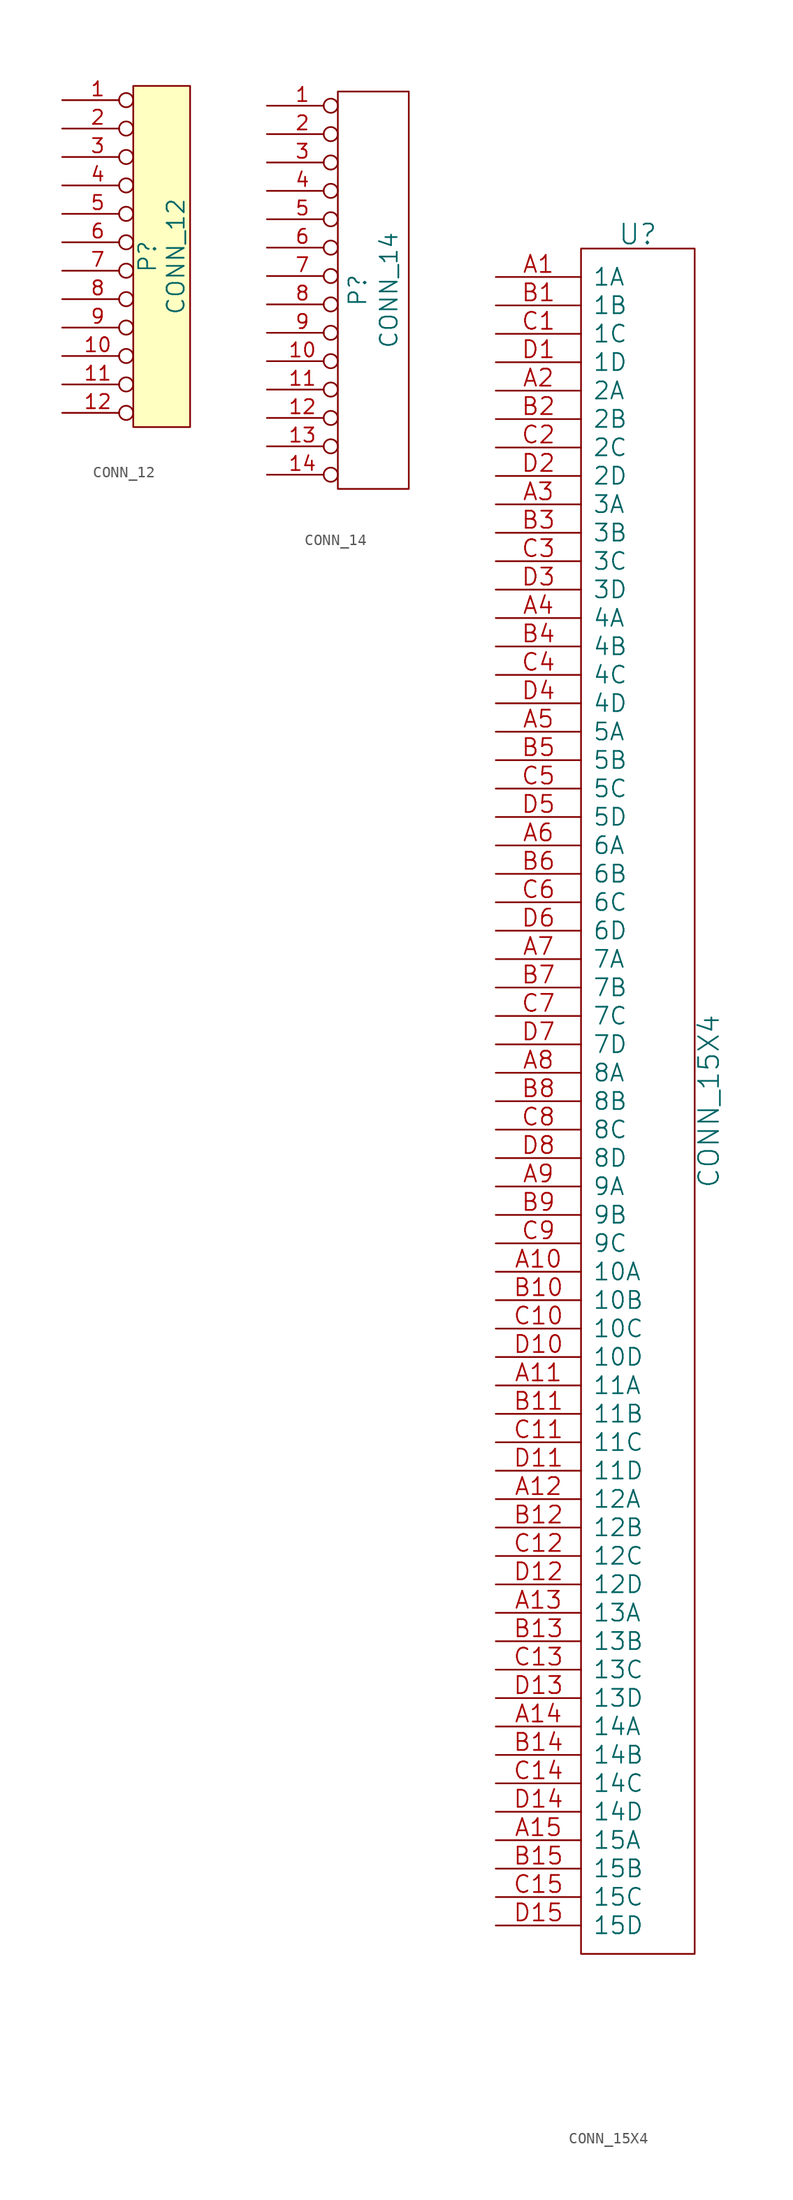
<source format=kicad_sym>
(kicad_symbol_lib
  (version 20220914)
  (generator kicad_symbol_editor)
  (symbol "CONN_12"
    (pin_names
      (offset 1.016) hide)
    (property "Reference" "P"
      (at -1.27 0 90)
      (effects (font (size 1.524 1.524))))
    (property "Value" "CONN_12"
      (at 1.27 0 90)
      (effects (font (size 1.524 1.524))))
    (property "Footprint" ""
      (at 0 0 0)
      (effects (font (size 1.524 1.524))))
    (property "Datasheet" ""
      (at 0 0 0)
      (effects (font (size 1.524 1.524))))
    (symbol "CONN_12_0_1"
      (rectangle (start -2.54 15.24) (end 2.54 -15.24) (stroke (width 0) (type default)) (fill (type background))))
    (symbol "CONN_12_1_1"
      (pin passive inverted (at -8.89 13.97 0) (length 6.35) (name "P1" (effects (font (size 1.27 1.27)))) (number "1" (effects (font (size 1.27 1.27)))))
      (pin passive inverted (at -8.89 -8.89 0) (length 6.35) (name "P10" (effects (font (size 1.27 1.27)))) (number "10" (effects (font (size 1.27 1.27)))))
      (pin passive inverted (at -8.89 -11.43 0) (length 6.35) (name "P11" (effects (font (size 1.27 1.27)))) (number "11" (effects (font (size 1.27 1.27)))))
      (pin passive inverted (at -8.89 -13.97 0) (length 6.35) (name "P12" (effects (font (size 1.27 1.27)))) (number "12" (effects (font (size 1.27 1.27)))))
      (pin passive inverted (at -8.89 11.43 0) (length 6.35) (name "P2" (effects (font (size 1.27 1.27)))) (number "2" (effects (font (size 1.27 1.27)))))
      (pin passive inverted (at -8.89 8.89 0) (length 6.35) (name "P3" (effects (font (size 1.27 1.27)))) (number "3" (effects (font (size 1.27 1.27)))))
      (pin passive inverted (at -8.89 6.35 0) (length 6.35) (name "P4" (effects (font (size 1.27 1.27)))) (number "4" (effects (font (size 1.27 1.27)))))
      (pin passive inverted (at -8.89 3.81 0) (length 6.35) (name "P5" (effects (font (size 1.27 1.27)))) (number "5" (effects (font (size 1.27 1.27)))))
      (pin passive inverted (at -8.89 1.27 0) (length 6.35) (name "P6" (effects (font (size 1.27 1.27)))) (number "6" (effects (font (size 1.27 1.27)))))
      (pin passive inverted (at -8.89 -1.27 0) (length 6.35) (name "P7" (effects (font (size 1.27 1.27)))) (number "7" (effects (font (size 1.27 1.27)))))
      (pin passive inverted (at -8.89 -3.81 0) (length 6.35) (name "P8" (effects (font (size 1.27 1.27)))) (number "8" (effects (font (size 1.27 1.27)))))
      (pin passive inverted (at -8.89 -6.35 0) (length 6.35) (name "P9" (effects (font (size 1.27 1.27)))) (number "9" (effects (font (size 1.27 1.27)))))))
  (symbol "CONN_14"
    (pin_names
      (offset 1.016) hide)
    (property "Reference" "P"
      (at -0.762 0 90)
      (effects (font (size 1.524 1.524))))
    (property "Value" "CONN_14"
      (at 2.032 0 90)
      (effects (font (size 1.524 1.524))))
    (property "Footprint" ""
      (at 0 0 0)
      (effects (font (size 1.524 1.524))))
    (property "Datasheet" ""
      (at 0 0 0)
      (effects (font (size 1.524 1.524))))
    (symbol "CONN_14_0_1"
      (rectangle (start -2.54 17.78) (end 3.81 -17.78) (stroke (width 0) (type default)) (fill (type none))))
    (symbol "CONN_14_1_1"
      (pin passive inverted (at -8.89 16.51 0) (length 6.35) (name "P1" (effects (font (size 1.27 1.27)))) (number "1" (effects (font (size 1.27 1.27)))))
      (pin passive inverted (at -8.89 -6.35 0) (length 6.35) (name "P10" (effects (font (size 1.27 1.27)))) (number "10" (effects (font (size 1.27 1.27)))))
      (pin passive inverted (at -8.89 -8.89 0) (length 6.35) (name "P11" (effects (font (size 1.27 1.27)))) (number "11" (effects (font (size 1.27 1.27)))))
      (pin passive inverted (at -8.89 -11.43 0) (length 6.35) (name "P12" (effects (font (size 1.27 1.27)))) (number "12" (effects (font (size 1.27 1.27)))))
      (pin passive inverted (at -8.89 -13.97 0) (length 6.35) (name "P13" (effects (font (size 1.27 1.27)))) (number "13" (effects (font (size 1.27 1.27)))))
      (pin passive inverted (at -8.89 -16.51 0) (length 6.35) (name "P14" (effects (font (size 1.27 1.27)))) (number "14" (effects (font (size 1.27 1.27)))))
      (pin passive inverted (at -8.89 13.97 0) (length 6.35) (name "P2" (effects (font (size 1.27 1.27)))) (number "2" (effects (font (size 1.27 1.27)))))
      (pin passive inverted (at -8.89 11.43 0) (length 6.35) (name "P3" (effects (font (size 1.27 1.27)))) (number "3" (effects (font (size 1.27 1.27)))))
      (pin passive inverted (at -8.89 8.89 0) (length 6.35) (name "P4" (effects (font (size 1.27 1.27)))) (number "4" (effects (font (size 1.27 1.27)))))
      (pin passive inverted (at -8.89 6.35 0) (length 6.35) (name "P5" (effects (font (size 1.27 1.27)))) (number "5" (effects (font (size 1.27 1.27)))))
      (pin passive inverted (at -8.89 3.81 0) (length 6.35) (name "P6" (effects (font (size 1.27 1.27)))) (number "6" (effects (font (size 1.27 1.27)))))
      (pin passive inverted (at -8.89 1.27 0) (length 6.35) (name "P7" (effects (font (size 1.27 1.27)))) (number "7" (effects (font (size 1.27 1.27)))))
      (pin passive inverted (at -8.89 -1.27 0) (length 6.35) (name "P8" (effects (font (size 1.27 1.27)))) (number "8" (effects (font (size 1.27 1.27)))))
      (pin passive inverted (at -8.89 -3.81 0) (length 6.35) (name "P9" (effects (font (size 1.27 1.27)))) (number "9" (effects (font (size 1.27 1.27)))))))
  (symbol "CONN_15X4"
    (pin_names
      (offset 1.016))
    (property "Reference" "U"
      (at 0 77.47 0)
      (effects (font (size 1.778 1.778))))
    (property "Value" "CONN_15X4"
      (at 6.35 0 90)
      (effects (font (size 1.778 1.778))))
    (property "Footprint" ""
      (at 0 0 0)
      (effects (font (size 1.524 1.524))))
    (property "Datasheet" ""
      (at 0 0 0)
      (effects (font (size 1.524 1.524))))
    (symbol "CONN_15X4_0_1"
      (rectangle (start 5.08 -76.2) (end -5.08 76.2) (stroke (width 0) (type default)) (fill (type none))))
    (symbol "CONN_15X4_1_1"
      (pin passive line (at -12.7 73.66 0) (length 7.62) (name "1A" (effects (font (size 1.524 1.524)))) (number "A1" (effects (font (size 1.524 1.524)))))
      (pin passive line (at -12.7 -15.24 0) (length 7.62) (name "10A" (effects (font (size 1.524 1.524)))) (number "A10" (effects (font (size 1.524 1.524)))))
      (pin passive line (at -12.7 -25.4 0) (length 7.62) (name "11A" (effects (font (size 1.524 1.524)))) (number "A11" (effects (font (size 1.524 1.524)))))
      (pin passive line (at -12.7 -35.56 0) (length 7.62) (name "12A" (effects (font (size 1.524 1.524)))) (number "A12" (effects (font (size 1.524 1.524)))))
      (pin passive line (at -12.7 -45.72 0) (length 7.62) (name "13A" (effects (font (size 1.524 1.524)))) (number "A13" (effects (font (size 1.524 1.524)))))
      (pin passive line (at -12.7 -55.88 0) (length 7.62) (name "14A" (effects (font (size 1.524 1.524)))) (number "A14" (effects (font (size 1.524 1.524)))))
      (pin passive line (at -12.7 -66.04 0) (length 7.62) (name "15A" (effects (font (size 1.524 1.524)))) (number "A15" (effects (font (size 1.524 1.524)))))
      (pin passive line (at -12.7 63.5 0) (length 7.62) (name "2A" (effects (font (size 1.524 1.524)))) (number "A2" (effects (font (size 1.524 1.524)))))
      (pin passive line (at -12.7 53.34 0) (length 7.62) (name "3A" (effects (font (size 1.524 1.524)))) (number "A3" (effects (font (size 1.524 1.524)))))
      (pin passive line (at -12.7 43.18 0) (length 7.62) (name "4A" (effects (font (size 1.524 1.524)))) (number "A4" (effects (font (size 1.524 1.524)))))
      (pin passive line (at -12.7 33.02 0) (length 7.62) (name "5A" (effects (font (size 1.524 1.524)))) (number "A5" (effects (font (size 1.524 1.524)))))
      (pin passive line (at -12.7 22.86 0) (length 7.62) (name "6A" (effects (font (size 1.524 1.524)))) (number "A6" (effects (font (size 1.524 1.524)))))
      (pin passive line (at -12.7 12.7 0) (length 7.62) (name "7A" (effects (font (size 1.524 1.524)))) (number "A7" (effects (font (size 1.524 1.524)))))
      (pin passive line (at -12.7 2.54 0) (length 7.62) (name "8A" (effects (font (size 1.524 1.524)))) (number "A8" (effects (font (size 1.524 1.524)))))
      (pin passive line (at -12.7 -7.62 0) (length 7.62) (name "9A" (effects (font (size 1.524 1.524)))) (number "A9" (effects (font (size 1.524 1.524)))))
      (pin passive line (at -12.7 71.12 0) (length 7.62) (name "1B" (effects (font (size 1.524 1.524)))) (number "B1" (effects (font (size 1.524 1.524)))))
      (pin passive line (at -12.7 -17.78 0) (length 7.62) (name "10B" (effects (font (size 1.524 1.524)))) (number "B10" (effects (font (size 1.524 1.524)))))
      (pin passive line (at -12.7 -27.94 0) (length 7.62) (name "11B" (effects (font (size 1.524 1.524)))) (number "B11" (effects (font (size 1.524 1.524)))))
      (pin passive line (at -12.7 -38.1 0) (length 7.62) (name "12B" (effects (font (size 1.524 1.524)))) (number "B12" (effects (font (size 1.524 1.524)))))
      (pin passive line (at -12.7 -48.26 0) (length 7.62) (name "13B" (effects (font (size 1.524 1.524)))) (number "B13" (effects (font (size 1.524 1.524)))))
      (pin passive line (at -12.7 -58.42 0) (length 7.62) (name "14B" (effects (font (size 1.524 1.524)))) (number "B14" (effects (font (size 1.524 1.524)))))
      (pin passive line (at -12.7 -68.58 0) (length 7.62) (name "15B" (effects (font (size 1.524 1.524)))) (number "B15" (effects (font (size 1.524 1.524)))))
      (pin passive line (at -12.7 60.96 0) (length 7.62) (name "2B" (effects (font (size 1.524 1.524)))) (number "B2" (effects (font (size 1.524 1.524)))))
      (pin passive line (at -12.7 50.8 0) (length 7.62) (name "3B" (effects (font (size 1.524 1.524)))) (number "B3" (effects (font (size 1.524 1.524)))))
      (pin passive line (at -12.7 40.64 0) (length 7.62) (name "4B" (effects (font (size 1.524 1.524)))) (number "B4" (effects (font (size 1.524 1.524)))))
      (pin passive line (at -12.7 30.48 0) (length 7.62) (name "5B" (effects (font (size 1.524 1.524)))) (number "B5" (effects (font (size 1.524 1.524)))))
      (pin passive line (at -12.7 20.32 0) (length 7.62) (name "6B" (effects (font (size 1.524 1.524)))) (number "B6" (effects (font (size 1.524 1.524)))))
      (pin passive line (at -12.7 10.16 0) (length 7.62) (name "7B" (effects (font (size 1.524 1.524)))) (number "B7" (effects (font (size 1.524 1.524)))))
      (pin passive line (at -12.7 0 0) (length 7.62) (name "8B" (effects (font (size 1.524 1.524)))) (number "B8" (effects (font (size 1.524 1.524)))))
      (pin passive line (at -12.7 -10.16 0) (length 7.62) (name "9B" (effects (font (size 1.524 1.524)))) (number "B9" (effects (font (size 1.524 1.524)))))
      (pin passive line (at -12.7 68.58 0) (length 7.62) (name "1C" (effects (font (size 1.524 1.524)))) (number "C1" (effects (font (size 1.524 1.524)))))
      (pin passive line (at -12.7 -20.32 0) (length 7.62) (name "10C" (effects (font (size 1.524 1.524)))) (number "C10" (effects (font (size 1.524 1.524)))))
      (pin passive line (at -12.7 -30.48 0) (length 7.62) (name "11C" (effects (font (size 1.524 1.524)))) (number "C11" (effects (font (size 1.524 1.524)))))
      (pin passive line (at -12.7 -40.64 0) (length 7.62) (name "12C" (effects (font (size 1.524 1.524)))) (number "C12" (effects (font (size 1.524 1.524)))))
      (pin passive line (at -12.7 -50.8 0) (length 7.62) (name "13C" (effects (font (size 1.524 1.524)))) (number "C13" (effects (font (size 1.524 1.524)))))
      (pin passive line (at -12.7 -60.96 0) (length 7.62) (name "14C" (effects (font (size 1.524 1.524)))) (number "C14" (effects (font (size 1.524 1.524)))))
      (pin passive line (at -12.7 -71.12 0) (length 7.62) (name "15C" (effects (font (size 1.524 1.524)))) (number "C15" (effects (font (size 1.524 1.524)))))
      (pin passive line (at -12.7 58.42 0) (length 7.62) (name "2C" (effects (font (size 1.524 1.524)))) (number "C2" (effects (font (size 1.524 1.524)))))
      (pin passive line (at -12.7 48.26 0) (length 7.62) (name "3C" (effects (font (size 1.524 1.524)))) (number "C3" (effects (font (size 1.524 1.524)))))
      (pin passive line (at -12.7 38.1 0) (length 7.62) (name "4C" (effects (font (size 1.524 1.524)))) (number "C4" (effects (font (size 1.524 1.524)))))
      (pin passive line (at -12.7 27.94 0) (length 7.62) (name "5C" (effects (font (size 1.524 1.524)))) (number "C5" (effects (font (size 1.524 1.524)))))
      (pin passive line (at -12.7 17.78 0) (length 7.62) (name "6C" (effects (font (size 1.524 1.524)))) (number "C6" (effects (font (size 1.524 1.524)))))
      (pin passive line (at -12.7 7.62 0) (length 7.62) (name "7C" (effects (font (size 1.524 1.524)))) (number "C7" (effects (font (size 1.524 1.524)))))
      (pin passive line (at -12.7 -2.54 0) (length 7.62) (name "8C" (effects (font (size 1.524 1.524)))) (number "C8" (effects (font (size 1.524 1.524)))))
      (pin passive line (at -12.7 -12.7 0) (length 7.62) (name "9C" (effects (font (size 1.524 1.524)))) (number "C9" (effects (font (size 1.524 1.524)))))
      (pin passive line (at -12.7 66.04 0) (length 7.62) (name "1D" (effects (font (size 1.524 1.524)))) (number "D1" (effects (font (size 1.524 1.524)))))
      (pin passive line (at -12.7 -22.86 0) (length 7.62) (name "10D" (effects (font (size 1.524 1.524)))) (number "D10" (effects (font (size 1.524 1.524)))))
      (pin passive line (at -12.7 -33.02 0) (length 7.62) (name "11D" (effects (font (size 1.524 1.524)))) (number "D11" (effects (font (size 1.524 1.524)))))
      (pin passive line (at -12.7 -43.18 0) (length 7.62) (name "12D" (effects (font (size 1.524 1.524)))) (number "D12" (effects (font (size 1.524 1.524)))))
      (pin passive line (at -12.7 -53.34 0) (length 7.62) (name "13D" (effects (font (size 1.524 1.524)))) (number "D13" (effects (font (size 1.524 1.524)))))
      (pin passive line (at -12.7 -63.5 0) (length 7.62) (name "14D" (effects (font (size 1.524 1.524)))) (number "D14" (effects (font (size 1.524 1.524)))))
      (pin passive line (at -12.7 -73.66 0) (length 7.62) (name "15D" (effects (font (size 1.524 1.524)))) (number "D15" (effects (font (size 1.524 1.524)))))
      (pin passive line (at -12.7 55.88 0) (length 7.62) (name "2D" (effects (font (size 1.524 1.524)))) (number "D2" (effects (font (size 1.524 1.524)))))
      (pin passive line (at -12.7 45.72 0) (length 7.62) (name "3D" (effects (font (size 1.524 1.524)))) (number "D3" (effects (font (size 1.524 1.524)))))
      (pin passive line (at -12.7 35.56 0) (length 7.62) (name "4D" (effects (font (size 1.524 1.524)))) (number "D4" (effects (font (size 1.524 1.524)))))
      (pin passive line (at -12.7 25.4 0) (length 7.62) (name "5D" (effects (font (size 1.524 1.524)))) (number "D5" (effects (font (size 1.524 1.524)))))
      (pin passive line (at -12.7 15.24 0) (length 7.62) (name "6D" (effects (font (size 1.524 1.524)))) (number "D6" (effects (font (size 1.524 1.524)))))
      (pin passive line (at -12.7 5.08 0) (length 7.62) (name "7D" (effects (font (size 1.524 1.524)))) (number "D7" (effects (font (size 1.524 1.524)))))
      (pin passive line (at -12.7 -5.08 0) (length 7.62) (name "8D" (effects (font (size 1.524 1.524)))) (number "D8" (effects (font (size 1.524 1.524))))))))
</source>
